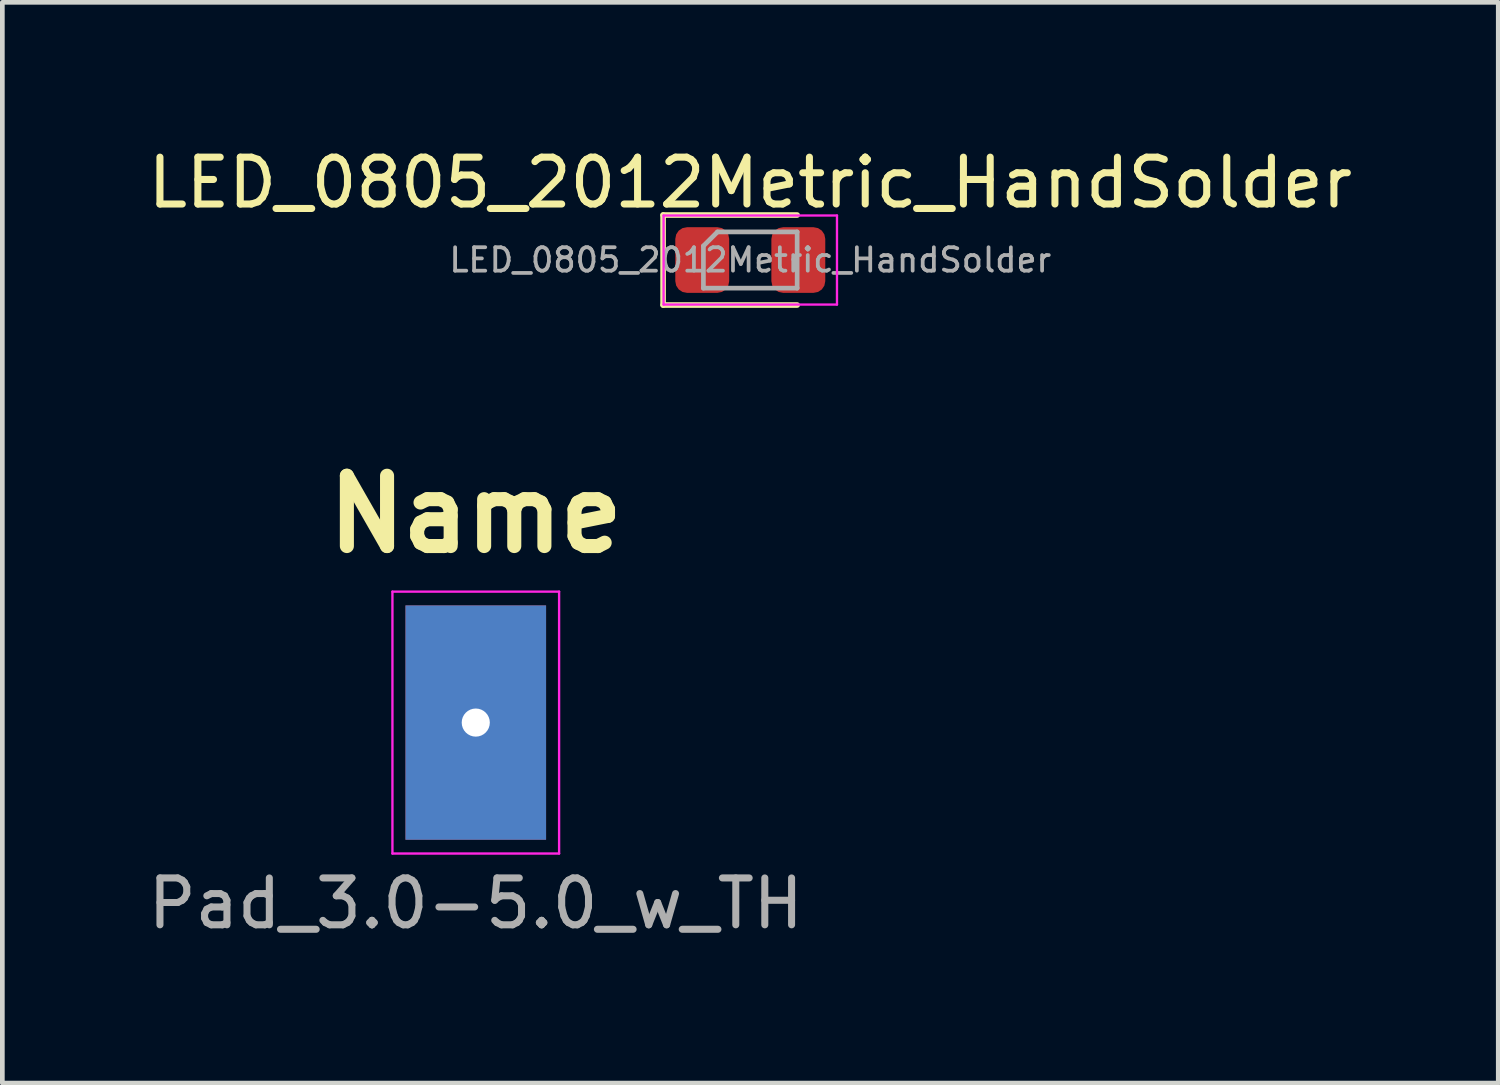
<source format=kicad_pcb>
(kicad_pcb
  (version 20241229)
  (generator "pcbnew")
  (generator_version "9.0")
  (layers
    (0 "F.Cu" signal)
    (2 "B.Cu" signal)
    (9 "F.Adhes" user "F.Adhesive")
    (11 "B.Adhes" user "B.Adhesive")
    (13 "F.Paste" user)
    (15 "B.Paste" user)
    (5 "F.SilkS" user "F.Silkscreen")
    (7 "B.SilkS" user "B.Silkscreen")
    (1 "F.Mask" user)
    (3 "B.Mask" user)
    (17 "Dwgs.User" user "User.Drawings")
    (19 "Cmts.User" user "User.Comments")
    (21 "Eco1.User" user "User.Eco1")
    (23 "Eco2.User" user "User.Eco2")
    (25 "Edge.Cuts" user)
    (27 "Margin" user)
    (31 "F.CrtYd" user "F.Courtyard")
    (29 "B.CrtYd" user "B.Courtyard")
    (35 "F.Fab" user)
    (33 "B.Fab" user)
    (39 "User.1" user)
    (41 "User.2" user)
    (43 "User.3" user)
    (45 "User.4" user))
  (footprint "Pad_3.0-5.0_w_TH"
    (layer "F.Cu")
    (at 7.101 12.367)
    (property "Reference" "Pad_3.0-5.0_w_TH" (at 0 4.445 180) (layer "F.Fab") (effects (font (size 1 1) (thickness 0.15)) (justify bottom)))
    (attr through_hole)
    (fp_line (start -1.778 -2.794) (end 1.778 -2.794) (stroke (width 0.05) (type solid)) (layer "F.CrtYd"))
    (fp_line (start -1.778 2.794) (end -1.778 -2.794) (stroke (width 0.05) (type solid)) (layer "F.CrtYd"))
    (fp_line (start 1.778 -2.794) (end 1.778 2.794) (stroke (width 0.05) (type solid)) (layer "F.CrtYd"))
    (fp_line (start 1.778 2.794) (end -1.778 2.794) (stroke (width 0.05) (type solid)) (layer "F.CrtYd"))
    (fp_text user "Name" (at 0 -4.445 0) (layer "F.SilkS") (effects (font (size 1.5 1.5) (thickness 0.3))))
    (pad "1" thru_hole rect (at 0 0) (size 3 5) (drill 0.6) (layers "*.Cu" "*.Mask")))
  (footprint "LED_0805_2012Metric_HandSolder"
    (layer "F.Cu")
    (at 12.958 2.498)
    (property "Reference" "LED_0805_2012Metric_HandSolder" (at 0 -1.65 0) (layer "F.SilkS") (effects (font (size 1 1) (thickness 0.15))))
    (attr smd)
    (fp_line (start -1.86 -0.96) (end -1.86 0.96) (stroke (width 0.12) (type solid)) (layer "F.SilkS"))
    (fp_line (start -1.86 0.96) (end 1 0.96) (stroke (width 0.12) (type solid)) (layer "F.SilkS"))
    (fp_line (start 1 -0.96) (end -1.86 -0.96) (stroke (width 0.12) (type solid)) (layer "F.SilkS"))
    (fp_line (start -1.85 -0.95) (end 1.85 -0.95) (stroke (width 0.05) (type solid)) (layer "F.CrtYd"))
    (fp_line (start -1.85 0.95) (end -1.85 -0.95) (stroke (width 0.05) (type solid)) (layer "F.CrtYd"))
    (fp_line (start 1.85 -0.95) (end 1.85 0.95) (stroke (width 0.05) (type solid)) (layer "F.CrtYd"))
    (fp_line (start 1.85 0.95) (end -1.85 0.95) (stroke (width 0.05) (type solid)) (layer "F.CrtYd"))
    (fp_line (start -1 -0.3) (end -1 0.6) (stroke (width 0.1) (type solid)) (layer "F.Fab"))
    (fp_line (start -1 0.6) (end 1 0.6) (stroke (width 0.1) (type solid)) (layer "F.Fab"))
    (fp_line (start -0.7 -0.6) (end -1 -0.3) (stroke (width 0.1) (type solid)) (layer "F.Fab"))
    (fp_line (start 1 -0.6) (end -0.7 -0.6) (stroke (width 0.1) (type solid)) (layer "F.Fab"))
    (fp_line (start 1 0.6) (end 1 -0.6) (stroke (width 0.1) (type solid)) (layer "F.Fab"))
    (fp_text user "${REFERENCE}" (at 0 0 0) (layer "F.Fab") (effects (font (size 0.5 0.5) (thickness 0.08))))
    (pad "1" smd roundrect (at -1.025 0) (size 1.15 1.4) (layers "F.Cu" "F.Mask" "F.Paste") (roundrect_rratio 0.217))
    (pad "2" smd roundrect (at 1.025 0) (size 1.15 1.4) (layers "F.Cu" "F.Mask" "F.Paste") (roundrect_rratio 0.217)))
  (gr_rect
    (start -3 -3)
    (end 28.917 20.059)
    (stroke (width 0.1) (type default))
    (fill no)
    (layer "Edge.Cuts")))
</source>
